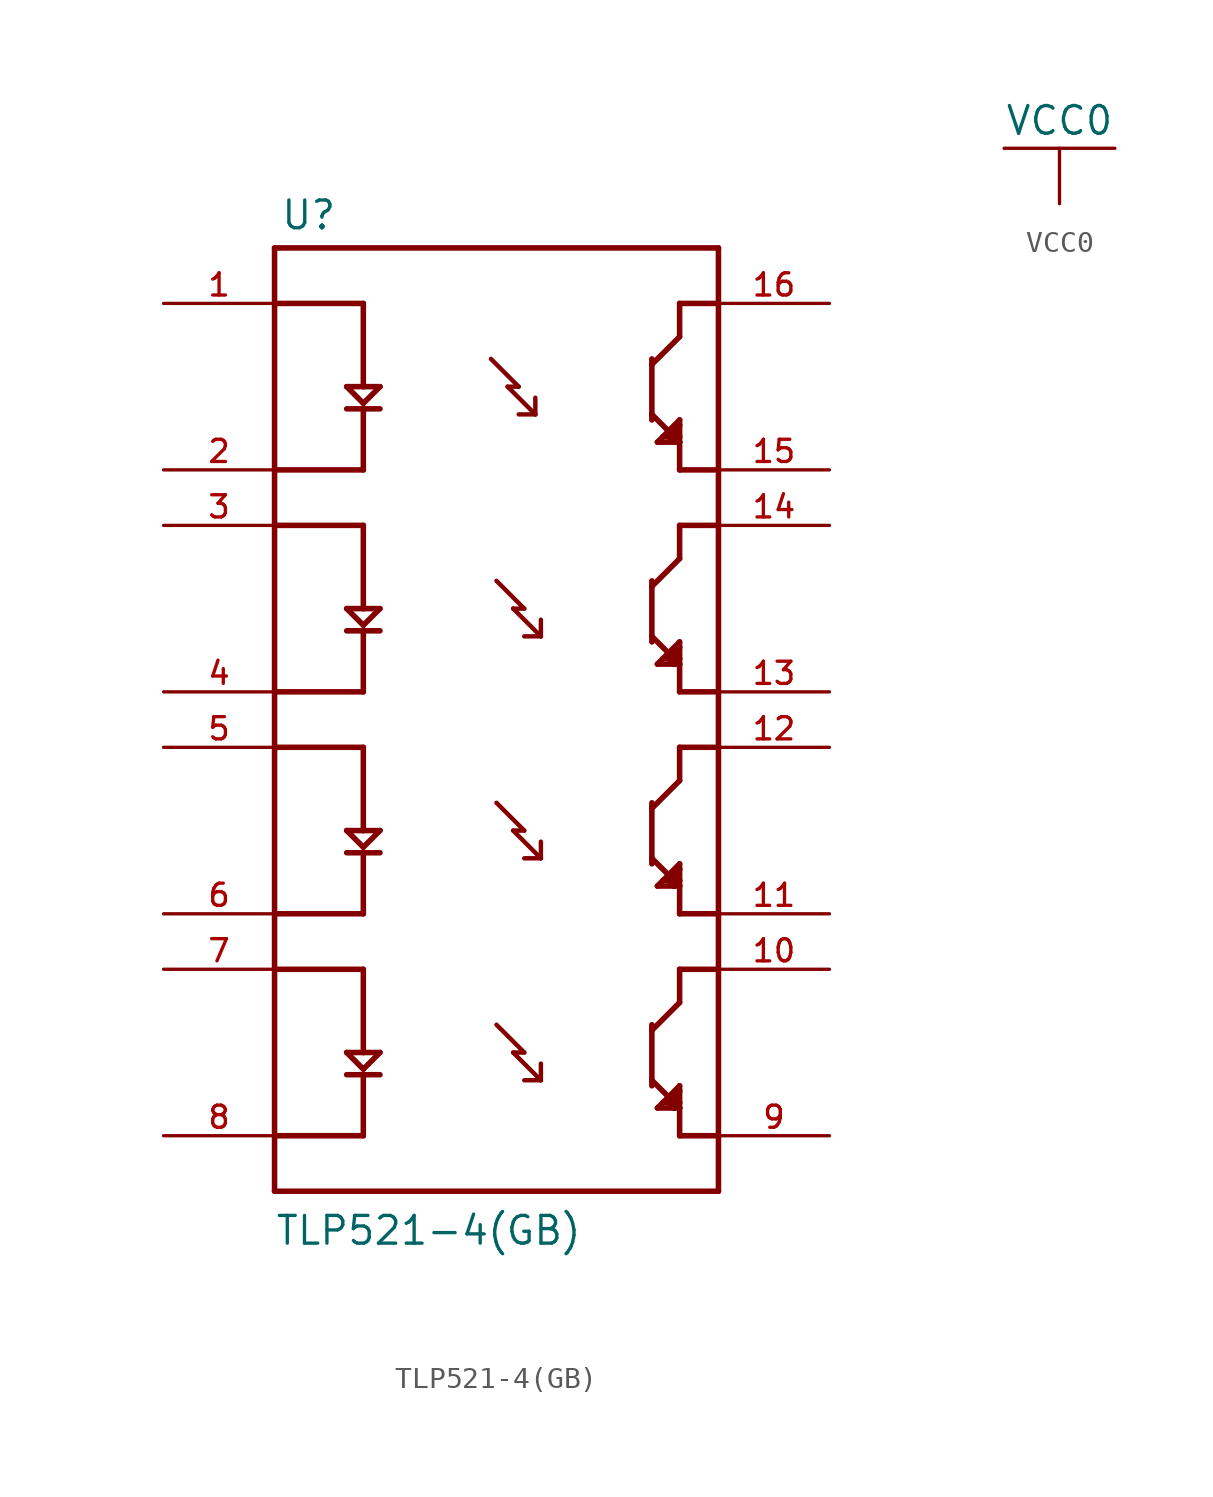
<source format=kicad_sym>
(kicad_symbol_lib
  (version 20211014)
  (generator kicad_symbol_editor)
  (symbol "TLP521-4(GB)"
    (pin_names
      (offset 1.016) hide)
    (property "Reference" "U"
      (at -9.906 21.082 0)
      (effects (font (size 1.27 1.27)) (justify left bottom)))
    (property "Value" "TLP521-4(GB)"
      (at -10.16 -25.4 0)
      (effects (font (size 1.27 1.27)) (justify left bottom)))
    (property "ki_locked" ""
      (at 0 0 0)
      (effects (font (size 1.27 1.27))))
    (symbol "TLP521-4(GB)_0_0"
      (polyline (pts (xy -10.16 -20.32) (xy -6.096 -20.32)) (stroke (width 0.254) (type default) (color 0 0 0 0)) (fill (type none)))
      (polyline (pts (xy -10.16 -12.7) (xy -6.096 -12.7)) (stroke (width 0.254) (type default) (color 0 0 0 0)) (fill (type none)))
      (polyline (pts (xy -10.16 -10.16) (xy -6.096 -10.16)) (stroke (width 0.254) (type default) (color 0 0 0 0)) (fill (type none)))
      (polyline (pts (xy -10.16 -2.54) (xy -6.096 -2.54)) (stroke (width 0.254) (type default) (color 0 0 0 0)) (fill (type none)))
      (polyline (pts (xy -10.16 0) (xy -6.096 0)) (stroke (width 0.254) (type default) (color 0 0 0 0)) (fill (type none)))
      (polyline (pts (xy -10.16 7.62) (xy -6.096 7.62)) (stroke (width 0.254) (type default) (color 0 0 0 0)) (fill (type none)))
      (polyline (pts (xy -10.16 10.16) (xy -6.096 10.16)) (stroke (width 0.254) (type default) (color 0 0 0 0)) (fill (type none)))
      (polyline (pts (xy -10.16 17.78) (xy -6.096 17.78)) (stroke (width 0.254) (type default) (color 0 0 0 0)) (fill (type none)))
      (polyline (pts (xy -10.16 20.32) (xy -10.16 -22.86)) (stroke (width 0.254) (type default) (color 0 0 0 0)) (fill (type none)))
      (polyline (pts (xy -6.096 -17.526) (xy -6.858 -17.526)) (stroke (width 0.254) (type default) (color 0 0 0 0)) (fill (type none)))
      (polyline (pts (xy -6.096 -17.526) (xy -6.096 -20.32)) (stroke (width 0.254) (type default) (color 0 0 0 0)) (fill (type none)))
      (polyline (pts (xy -6.096 -17.272) (xy -6.858 -16.51)) (stroke (width 0.254) (type default) (color 0 0 0 0)) (fill (type none)))
      (polyline (pts (xy -6.096 -16.51) (xy -6.858 -16.51)) (stroke (width 0.254) (type default) (color 0 0 0 0)) (fill (type none)))
      (polyline (pts (xy -6.096 -16.51) (xy -5.334 -16.51)) (stroke (width 0.254) (type default) (color 0 0 0 0)) (fill (type none)))
      (polyline (pts (xy -6.096 -12.7) (xy -6.096 -16.51)) (stroke (width 0.254) (type default) (color 0 0 0 0)) (fill (type none)))
      (polyline (pts (xy -6.096 -7.366) (xy -6.858 -7.366)) (stroke (width 0.254) (type default) (color 0 0 0 0)) (fill (type none)))
      (polyline (pts (xy -6.096 -7.366) (xy -6.096 -10.16)) (stroke (width 0.254) (type default) (color 0 0 0 0)) (fill (type none)))
      (polyline (pts (xy -6.096 -7.112) (xy -6.858 -6.35)) (stroke (width 0.254) (type default) (color 0 0 0 0)) (fill (type none)))
      (polyline (pts (xy -6.096 -6.35) (xy -6.858 -6.35)) (stroke (width 0.254) (type default) (color 0 0 0 0)) (fill (type none)))
      (polyline (pts (xy -6.096 -6.35) (xy -5.334 -6.35)) (stroke (width 0.254) (type default) (color 0 0 0 0)) (fill (type none)))
      (polyline (pts (xy -6.096 -2.54) (xy -6.096 -6.35)) (stroke (width 0.254) (type default) (color 0 0 0 0)) (fill (type none)))
      (polyline (pts (xy -6.096 2.794) (xy -6.858 2.794)) (stroke (width 0.254) (type default) (color 0 0 0 0)) (fill (type none)))
      (polyline (pts (xy -6.096 2.794) (xy -6.096 0)) (stroke (width 0.254) (type default) (color 0 0 0 0)) (fill (type none)))
      (polyline (pts (xy -6.096 3.048) (xy -6.858 3.81)) (stroke (width 0.254) (type default) (color 0 0 0 0)) (fill (type none)))
      (polyline (pts (xy -6.096 3.81) (xy -6.858 3.81)) (stroke (width 0.254) (type default) (color 0 0 0 0)) (fill (type none)))
      (polyline (pts (xy -6.096 3.81) (xy -5.334 3.81)) (stroke (width 0.254) (type default) (color 0 0 0 0)) (fill (type none)))
      (polyline (pts (xy -6.096 7.62) (xy -6.096 3.81)) (stroke (width 0.254) (type default) (color 0 0 0 0)) (fill (type none)))
      (polyline (pts (xy -6.096 12.954) (xy -6.858 12.954)) (stroke (width 0.254) (type default) (color 0 0 0 0)) (fill (type none)))
      (polyline (pts (xy -6.096 12.954) (xy -6.096 10.16)) (stroke (width 0.254) (type default) (color 0 0 0 0)) (fill (type none)))
      (polyline (pts (xy -6.096 13.208) (xy -6.858 13.97)) (stroke (width 0.254) (type default) (color 0 0 0 0)) (fill (type none)))
      (polyline (pts (xy -6.096 13.97) (xy -6.858 13.97)) (stroke (width 0.254) (type default) (color 0 0 0 0)) (fill (type none)))
      (polyline (pts (xy -6.096 13.97) (xy -5.334 13.97)) (stroke (width 0.254) (type default) (color 0 0 0 0)) (fill (type none)))
      (polyline (pts (xy -6.096 17.78) (xy -6.096 13.97)) (stroke (width 0.254) (type default) (color 0 0 0 0)) (fill (type none)))
      (polyline (pts (xy -5.334 -17.526) (xy -6.096 -17.526)) (stroke (width 0.254) (type default) (color 0 0 0 0)) (fill (type none)))
      (polyline (pts (xy -5.334 -16.51) (xy -6.096 -17.272)) (stroke (width 0.254) (type default) (color 0 0 0 0)) (fill (type none)))
      (polyline (pts (xy -5.334 -7.366) (xy -6.096 -7.366)) (stroke (width 0.254) (type default) (color 0 0 0 0)) (fill (type none)))
      (polyline (pts (xy -5.334 -6.35) (xy -6.096 -7.112)) (stroke (width 0.254) (type default) (color 0 0 0 0)) (fill (type none)))
      (polyline (pts (xy -5.334 2.794) (xy -6.096 2.794)) (stroke (width 0.254) (type default) (color 0 0 0 0)) (fill (type none)))
      (polyline (pts (xy -5.334 3.81) (xy -6.096 3.048)) (stroke (width 0.254) (type default) (color 0 0 0 0)) (fill (type none)))
      (polyline (pts (xy -5.334 12.954) (xy -6.096 12.954)) (stroke (width 0.254) (type default) (color 0 0 0 0)) (fill (type none)))
      (polyline (pts (xy -5.334 13.97) (xy -6.096 13.208)) (stroke (width 0.254) (type default) (color 0 0 0 0)) (fill (type none)))
      (polyline (pts (xy -0.254 15.24) (xy 1.016 13.97)) (stroke (width 0.203) (type default) (color 0 0 0 0)) (fill (type none)))
      (polyline (pts (xy 0 -15.24) (xy 1.27 -16.51)) (stroke (width 0.203) (type default) (color 0 0 0 0)) (fill (type none)))
      (polyline (pts (xy 0 -5.08) (xy 1.27 -6.35)) (stroke (width 0.203) (type default) (color 0 0 0 0)) (fill (type none)))
      (polyline (pts (xy 0 5.08) (xy 1.27 3.81)) (stroke (width 0.203) (type default) (color 0 0 0 0)) (fill (type none)))
      (polyline (pts (xy 0.508 13.97) (xy 1.778 12.7)) (stroke (width 0.203) (type default) (color 0 0 0 0)) (fill (type none)))
      (polyline (pts (xy 0.762 -16.51) (xy 2.032 -17.78)) (stroke (width 0.203) (type default) (color 0 0 0 0)) (fill (type none)))
      (polyline (pts (xy 0.762 -6.35) (xy 2.032 -7.62)) (stroke (width 0.203) (type default) (color 0 0 0 0)) (fill (type none)))
      (polyline (pts (xy 0.762 3.81) (xy 2.032 2.54)) (stroke (width 0.203) (type default) (color 0 0 0 0)) (fill (type none)))
      (polyline (pts (xy 1.016 13.97) (xy 0.508 13.97)) (stroke (width 0.203) (type default) (color 0 0 0 0)) (fill (type none)))
      (polyline (pts (xy 1.27 -16.51) (xy 0.762 -16.51)) (stroke (width 0.203) (type default) (color 0 0 0 0)) (fill (type none)))
      (polyline (pts (xy 1.27 -6.35) (xy 0.762 -6.35)) (stroke (width 0.203) (type default) (color 0 0 0 0)) (fill (type none)))
      (polyline (pts (xy 1.27 3.81) (xy 0.762 3.81)) (stroke (width 0.203) (type default) (color 0 0 0 0)) (fill (type none)))
      (polyline (pts (xy 1.778 12.7) (xy 1.016 12.7)) (stroke (width 0.203) (type default) (color 0 0 0 0)) (fill (type none)))
      (polyline (pts (xy 1.778 12.7) (xy 1.778 13.462)) (stroke (width 0.203) (type default) (color 0 0 0 0)) (fill (type none)))
      (polyline (pts (xy 2.032 -17.78) (xy 1.27 -17.78)) (stroke (width 0.203) (type default) (color 0 0 0 0)) (fill (type none)))
      (polyline (pts (xy 2.032 -17.78) (xy 2.032 -17.018)) (stroke (width 0.203) (type default) (color 0 0 0 0)) (fill (type none)))
      (polyline (pts (xy 2.032 -7.62) (xy 1.27 -7.62)) (stroke (width 0.203) (type default) (color 0 0 0 0)) (fill (type none)))
      (polyline (pts (xy 2.032 -7.62) (xy 2.032 -6.858)) (stroke (width 0.203) (type default) (color 0 0 0 0)) (fill (type none)))
      (polyline (pts (xy 2.032 2.54) (xy 1.27 2.54)) (stroke (width 0.203) (type default) (color 0 0 0 0)) (fill (type none)))
      (polyline (pts (xy 2.032 2.54) (xy 2.032 3.302)) (stroke (width 0.203) (type default) (color 0 0 0 0)) (fill (type none)))
      (polyline (pts (xy 7.112 -17.78) (xy 7.112 -18.034)) (stroke (width 0.254) (type default) (color 0 0 0 0)) (fill (type none)))
      (polyline (pts (xy 7.112 -17.78) (xy 8.382 -19.05)) (stroke (width 0.254) (type default) (color 0 0 0 0)) (fill (type none)))
      (polyline (pts (xy 7.112 -15.494) (xy 7.112 -17.78)) (stroke (width 0.254) (type default) (color 0 0 0 0)) (fill (type none)))
      (polyline (pts (xy 7.112 -15.494) (xy 7.112 -15.24)) (stroke (width 0.254) (type default) (color 0 0 0 0)) (fill (type none)))
      (polyline (pts (xy 7.112 -7.62) (xy 7.112 -7.874)) (stroke (width 0.254) (type default) (color 0 0 0 0)) (fill (type none)))
      (polyline (pts (xy 7.112 -7.62) (xy 8.382 -8.89)) (stroke (width 0.254) (type default) (color 0 0 0 0)) (fill (type none)))
      (polyline (pts (xy 7.112 -5.334) (xy 7.112 -7.62)) (stroke (width 0.254) (type default) (color 0 0 0 0)) (fill (type none)))
      (polyline (pts (xy 7.112 -5.334) (xy 7.112 -5.08)) (stroke (width 0.254) (type default) (color 0 0 0 0)) (fill (type none)))
      (polyline (pts (xy 7.112 2.54) (xy 7.112 2.286)) (stroke (width 0.254) (type default) (color 0 0 0 0)) (fill (type none)))
      (polyline (pts (xy 7.112 2.54) (xy 8.382 1.27)) (stroke (width 0.254) (type default) (color 0 0 0 0)) (fill (type none)))
      (polyline (pts (xy 7.112 4.826) (xy 7.112 2.54)) (stroke (width 0.254) (type default) (color 0 0 0 0)) (fill (type none)))
      (polyline (pts (xy 7.112 4.826) (xy 7.112 5.08)) (stroke (width 0.254) (type default) (color 0 0 0 0)) (fill (type none)))
      (polyline (pts (xy 7.112 12.7) (xy 7.112 12.446)) (stroke (width 0.254) (type default) (color 0 0 0 0)) (fill (type none)))
      (polyline (pts (xy 7.112 12.7) (xy 8.382 11.43)) (stroke (width 0.254) (type default) (color 0 0 0 0)) (fill (type none)))
      (polyline (pts (xy 7.112 14.986) (xy 7.112 12.7)) (stroke (width 0.254) (type default) (color 0 0 0 0)) (fill (type none)))
      (polyline (pts (xy 7.112 14.986) (xy 7.112 15.24)) (stroke (width 0.254) (type default) (color 0 0 0 0)) (fill (type none)))
      (polyline (pts (xy 7.366 -19.05) (xy 8.128 -19.05)) (stroke (width 0.254) (type default) (color 0 0 0 0)) (fill (type none)))
      (polyline (pts (xy 7.366 -8.89) (xy 8.128 -8.89)) (stroke (width 0.254) (type default) (color 0 0 0 0)) (fill (type none)))
      (polyline (pts (xy 7.366 1.27) (xy 8.128 1.27)) (stroke (width 0.254) (type default) (color 0 0 0 0)) (fill (type none)))
      (polyline (pts (xy 7.366 11.43) (xy 8.128 11.43)) (stroke (width 0.254) (type default) (color 0 0 0 0)) (fill (type none)))
      (polyline (pts (xy 7.62 -18.796) (xy 7.366 -19.05)) (stroke (width 0.254) (type default) (color 0 0 0 0)) (fill (type none)))
      (polyline (pts (xy 7.62 -18.796) (xy 7.874 -18.796)) (stroke (width 0.254) (type default) (color 0 0 0 0)) (fill (type none)))
      (polyline (pts (xy 7.62 -8.636) (xy 7.366 -8.89)) (stroke (width 0.254) (type default) (color 0 0 0 0)) (fill (type none)))
      (polyline (pts (xy 7.62 -8.636) (xy 7.874 -8.636)) (stroke (width 0.254) (type default) (color 0 0 0 0)) (fill (type none)))
      (polyline (pts (xy 7.62 1.524) (xy 7.366 1.27)) (stroke (width 0.254) (type default) (color 0 0 0 0)) (fill (type none)))
      (polyline (pts (xy 7.62 1.524) (xy 7.874 1.524)) (stroke (width 0.254) (type default) (color 0 0 0 0)) (fill (type none)))
      (polyline (pts (xy 7.62 11.684) (xy 7.366 11.43)) (stroke (width 0.254) (type default) (color 0 0 0 0)) (fill (type none)))
      (polyline (pts (xy 7.62 11.684) (xy 7.874 11.684)) (stroke (width 0.254) (type default) (color 0 0 0 0)) (fill (type none)))
      (polyline (pts (xy 7.874 -18.796) (xy 8.128 -19.05)) (stroke (width 0.254) (type default) (color 0 0 0 0)) (fill (type none)))
      (polyline (pts (xy 7.874 -8.636) (xy 8.128 -8.89)) (stroke (width 0.254) (type default) (color 0 0 0 0)) (fill (type none)))
      (polyline (pts (xy 7.874 1.524) (xy 8.128 1.27)) (stroke (width 0.254) (type default) (color 0 0 0 0)) (fill (type none)))
      (polyline (pts (xy 7.874 11.684) (xy 8.128 11.43)) (stroke (width 0.254) (type default) (color 0 0 0 0)) (fill (type none)))
      (polyline (pts (xy 8.128 -19.05) (xy 8.128 -18.542)) (stroke (width 0.254) (type default) (color 0 0 0 0)) (fill (type none)))
      (polyline (pts (xy 8.128 -19.05) (xy 8.382 -19.05)) (stroke (width 0.254) (type default) (color 0 0 0 0)) (fill (type none)))
      (polyline (pts (xy 8.128 -18.542) (xy 7.874 -18.796)) (stroke (width 0.254) (type default) (color 0 0 0 0)) (fill (type none)))
      (polyline (pts (xy 8.128 -18.542) (xy 8.382 -18.288)) (stroke (width 0.254) (type default) (color 0 0 0 0)) (fill (type none)))
      (polyline (pts (xy 8.128 -8.89) (xy 8.128 -8.382)) (stroke (width 0.254) (type default) (color 0 0 0 0)) (fill (type none)))
      (polyline (pts (xy 8.128 -8.89) (xy 8.382 -8.89)) (stroke (width 0.254) (type default) (color 0 0 0 0)) (fill (type none)))
      (polyline (pts (xy 8.128 -8.382) (xy 7.874 -8.636)) (stroke (width 0.254) (type default) (color 0 0 0 0)) (fill (type none)))
      (polyline (pts (xy 8.128 -8.382) (xy 8.382 -8.128)) (stroke (width 0.254) (type default) (color 0 0 0 0)) (fill (type none)))
      (polyline (pts (xy 8.128 1.27) (xy 8.128 1.778)) (stroke (width 0.254) (type default) (color 0 0 0 0)) (fill (type none)))
      (polyline (pts (xy 8.128 1.27) (xy 8.382 1.27)) (stroke (width 0.254) (type default) (color 0 0 0 0)) (fill (type none)))
      (polyline (pts (xy 8.128 1.778) (xy 7.874 1.524)) (stroke (width 0.254) (type default) (color 0 0 0 0)) (fill (type none)))
      (polyline (pts (xy 8.128 1.778) (xy 8.382 2.032)) (stroke (width 0.254) (type default) (color 0 0 0 0)) (fill (type none)))
      (polyline (pts (xy 8.128 11.43) (xy 8.128 11.938)) (stroke (width 0.254) (type default) (color 0 0 0 0)) (fill (type none)))
      (polyline (pts (xy 8.128 11.43) (xy 8.382 11.43)) (stroke (width 0.254) (type default) (color 0 0 0 0)) (fill (type none)))
      (polyline (pts (xy 8.128 11.938) (xy 7.874 11.684)) (stroke (width 0.254) (type default) (color 0 0 0 0)) (fill (type none)))
      (polyline (pts (xy 8.128 11.938) (xy 8.382 12.192)) (stroke (width 0.254) (type default) (color 0 0 0 0)) (fill (type none)))
      (polyline (pts (xy 8.382 -20.32) (xy 10.16 -20.32)) (stroke (width 0.254) (type default) (color 0 0 0 0)) (fill (type none)))
      (polyline (pts (xy 8.382 -19.05) (xy 8.382 -20.32)) (stroke (width 0.254) (type default) (color 0 0 0 0)) (fill (type none)))
      (polyline (pts (xy 8.382 -19.05) (xy 8.382 -18.796)) (stroke (width 0.254) (type default) (color 0 0 0 0)) (fill (type none)))
      (polyline (pts (xy 8.382 -18.796) (xy 8.128 -18.542)) (stroke (width 0.254) (type default) (color 0 0 0 0)) (fill (type none)))
      (polyline (pts (xy 8.382 -18.796) (xy 8.382 -18.288)) (stroke (width 0.254) (type default) (color 0 0 0 0)) (fill (type none)))
      (polyline (pts (xy 8.382 -18.288) (xy 8.382 -18.034)) (stroke (width 0.254) (type default) (color 0 0 0 0)) (fill (type none)))
      (polyline (pts (xy 8.382 -18.034) (xy 7.62 -18.796)) (stroke (width 0.254) (type default) (color 0 0 0 0)) (fill (type none)))
      (polyline (pts (xy 8.382 -14.224) (xy 7.112 -15.494)) (stroke (width 0.254) (type default) (color 0 0 0 0)) (fill (type none)))
      (polyline (pts (xy 8.382 -12.7) (xy 8.382 -14.224)) (stroke (width 0.254) (type default) (color 0 0 0 0)) (fill (type none)))
      (polyline (pts (xy 8.382 -10.16) (xy 10.16 -10.16)) (stroke (width 0.254) (type default) (color 0 0 0 0)) (fill (type none)))
      (polyline (pts (xy 8.382 -8.89) (xy 8.382 -10.16)) (stroke (width 0.254) (type default) (color 0 0 0 0)) (fill (type none)))
      (polyline (pts (xy 8.382 -8.89) (xy 8.382 -8.636)) (stroke (width 0.254) (type default) (color 0 0 0 0)) (fill (type none)))
      (polyline (pts (xy 8.382 -8.636) (xy 8.128 -8.382)) (stroke (width 0.254) (type default) (color 0 0 0 0)) (fill (type none)))
      (polyline (pts (xy 8.382 -8.636) (xy 8.382 -8.128)) (stroke (width 0.254) (type default) (color 0 0 0 0)) (fill (type none)))
      (polyline (pts (xy 8.382 -8.128) (xy 8.382 -7.874)) (stroke (width 0.254) (type default) (color 0 0 0 0)) (fill (type none)))
      (polyline (pts (xy 8.382 -7.874) (xy 7.62 -8.636)) (stroke (width 0.254) (type default) (color 0 0 0 0)) (fill (type none)))
      (polyline (pts (xy 8.382 -4.064) (xy 7.112 -5.334)) (stroke (width 0.254) (type default) (color 0 0 0 0)) (fill (type none)))
      (polyline (pts (xy 8.382 -2.54) (xy 8.382 -4.064)) (stroke (width 0.254) (type default) (color 0 0 0 0)) (fill (type none)))
      (polyline (pts (xy 8.382 0) (xy 10.16 0)) (stroke (width 0.254) (type default) (color 0 0 0 0)) (fill (type none)))
      (polyline (pts (xy 8.382 1.27) (xy 8.382 0)) (stroke (width 0.254) (type default) (color 0 0 0 0)) (fill (type none)))
      (polyline (pts (xy 8.382 1.27) (xy 8.382 1.524)) (stroke (width 0.254) (type default) (color 0 0 0 0)) (fill (type none)))
      (polyline (pts (xy 8.382 1.524) (xy 8.128 1.778)) (stroke (width 0.254) (type default) (color 0 0 0 0)) (fill (type none)))
      (polyline (pts (xy 8.382 1.524) (xy 8.382 2.032)) (stroke (width 0.254) (type default) (color 0 0 0 0)) (fill (type none)))
      (polyline (pts (xy 8.382 2.032) (xy 8.382 2.286)) (stroke (width 0.254) (type default) (color 0 0 0 0)) (fill (type none)))
      (polyline (pts (xy 8.382 2.286) (xy 7.62 1.524)) (stroke (width 0.254) (type default) (color 0 0 0 0)) (fill (type none)))
      (polyline (pts (xy 8.382 6.096) (xy 7.112 4.826)) (stroke (width 0.254) (type default) (color 0 0 0 0)) (fill (type none)))
      (polyline (pts (xy 8.382 7.62) (xy 8.382 6.096)) (stroke (width 0.254) (type default) (color 0 0 0 0)) (fill (type none)))
      (polyline (pts (xy 8.382 10.16) (xy 10.16 10.16)) (stroke (width 0.254) (type default) (color 0 0 0 0)) (fill (type none)))
      (polyline (pts (xy 8.382 11.43) (xy 8.382 10.16)) (stroke (width 0.254) (type default) (color 0 0 0 0)) (fill (type none)))
      (polyline (pts (xy 8.382 11.43) (xy 8.382 11.684)) (stroke (width 0.254) (type default) (color 0 0 0 0)) (fill (type none)))
      (polyline (pts (xy 8.382 11.684) (xy 8.128 11.938)) (stroke (width 0.254) (type default) (color 0 0 0 0)) (fill (type none)))
      (polyline (pts (xy 8.382 11.684) (xy 8.382 12.192)) (stroke (width 0.254) (type default) (color 0 0 0 0)) (fill (type none)))
      (polyline (pts (xy 8.382 12.192) (xy 8.382 12.446)) (stroke (width 0.254) (type default) (color 0 0 0 0)) (fill (type none)))
      (polyline (pts (xy 8.382 12.446) (xy 7.62 11.684)) (stroke (width 0.254) (type default) (color 0 0 0 0)) (fill (type none)))
      (polyline (pts (xy 8.382 16.256) (xy 7.112 14.986)) (stroke (width 0.254) (type default) (color 0 0 0 0)) (fill (type none)))
      (polyline (pts (xy 8.382 17.78) (xy 8.382 16.256)) (stroke (width 0.254) (type default) (color 0 0 0 0)) (fill (type none)))
      (polyline (pts (xy 10.16 -22.86) (xy -10.16 -22.86)) (stroke (width 0.254) (type default) (color 0 0 0 0)) (fill (type none)))
      (polyline (pts (xy 10.16 -12.7) (xy 8.382 -12.7)) (stroke (width 0.254) (type default) (color 0 0 0 0)) (fill (type none)))
      (polyline (pts (xy 10.16 -2.54) (xy 8.382 -2.54)) (stroke (width 0.254) (type default) (color 0 0 0 0)) (fill (type none)))
      (polyline (pts (xy 10.16 7.62) (xy 8.382 7.62)) (stroke (width 0.254) (type default) (color 0 0 0 0)) (fill (type none)))
      (polyline (pts (xy 10.16 10.16) (xy 10.16 -22.86)) (stroke (width 0.254) (type default) (color 0 0 0 0)) (fill (type none)))
      (polyline (pts (xy 10.16 10.16) (xy 10.16 17.78)) (stroke (width 0.254) (type default) (color 0 0 0 0)) (fill (type none)))
      (polyline (pts (xy 10.16 17.78) (xy 8.382 17.78)) (stroke (width 0.254) (type default) (color 0 0 0 0)) (fill (type none)))
      (polyline (pts (xy 10.16 17.78) (xy 10.16 20.32)) (stroke (width 0.254) (type default) (color 0 0 0 0)) (fill (type none)))
      (polyline (pts (xy 10.16 20.32) (xy -10.16 20.32)) (stroke (width 0.254) (type default) (color 0 0 0 0)) (fill (type none)))
      (pin passive line (at -15.24 17.78 0) (length 5.08) (name "~" (effects (font (size 1.016 1.016)))) (number "1" (effects (font (size 1.016 1.016)))))
      (pin passive line (at 15.24 -12.7 180) (length 5.08) (name "~" (effects (font (size 1.016 1.016)))) (number "10" (effects (font (size 1.016 1.016)))))
      (pin passive line (at 15.24 -10.16 180) (length 5.08) (name "~" (effects (font (size 1.016 1.016)))) (number "11" (effects (font (size 1.016 1.016)))))
      (pin passive line (at 15.24 -2.54 180) (length 5.08) (name "~" (effects (font (size 1.016 1.016)))) (number "12" (effects (font (size 1.016 1.016)))))
      (pin passive line (at 15.24 0 180) (length 5.08) (name "~" (effects (font (size 1.016 1.016)))) (number "13" (effects (font (size 1.016 1.016)))))
      (pin passive line (at 15.24 7.62 180) (length 5.08) (name "~" (effects (font (size 1.016 1.016)))) (number "14" (effects (font (size 1.016 1.016)))))
      (pin passive line (at 15.24 10.16 180) (length 5.08) (name "~" (effects (font (size 1.016 1.016)))) (number "15" (effects (font (size 1.016 1.016)))))
      (pin passive line (at 15.24 17.78 180) (length 5.08) (name "~" (effects (font (size 1.016 1.016)))) (number "16" (effects (font (size 1.016 1.016)))))
      (pin passive line (at -15.24 10.16 0) (length 5.08) (name "~" (effects (font (size 1.016 1.016)))) (number "2" (effects (font (size 1.016 1.016)))))
      (pin passive line (at -15.24 7.62 0) (length 5.08) (name "~" (effects (font (size 1.016 1.016)))) (number "3" (effects (font (size 1.016 1.016)))))
      (pin passive line (at -15.24 0 0) (length 5.08) (name "~" (effects (font (size 1.016 1.016)))) (number "4" (effects (font (size 1.016 1.016)))))
      (pin passive line (at -15.24 -2.54 0) (length 5.08) (name "~" (effects (font (size 1.016 1.016)))) (number "5" (effects (font (size 1.016 1.016)))))
      (pin passive line (at -15.24 -10.16 0) (length 5.08) (name "~" (effects (font (size 1.016 1.016)))) (number "6" (effects (font (size 1.016 1.016)))))
      (pin passive line (at -15.24 -12.7 0) (length 5.08) (name "~" (effects (font (size 1.016 1.016)))) (number "7" (effects (font (size 1.016 1.016)))))
      (pin passive line (at -15.24 -20.32 0) (length 5.08) (name "~" (effects (font (size 1.016 1.016)))) (number "8" (effects (font (size 1.016 1.016)))))
      (pin passive line (at 15.24 -20.32 180) (length 5.08) (name "~" (effects (font (size 1.016 1.016)))) (number "9" (effects (font (size 1.016 1.016)))))))
  (symbol "VCC0"
    (power)
    (property "Reference" "#PWR"
      (at 0 -1.27 0)
      (effects (font (size 1.27 1.27)) hide))
    (property "Value" "VCC0"
      (at 0 3.81 0)
      (effects (font (size 1.27 1.27))))
    (symbol "VCC0_0_1"
      (polyline (pts (xy -2.54 2.54) (xy 2.54 2.54) (xy 1.27 2.54)) (stroke (width 0) (type default) (color 0 0 0 0)) (fill (type none))))
    (symbol "VCC0_1_1"
      (pin power_in line (at 0 0 90) (length 2.54) (name "" (effects (font (size 1.27 1.27)))) (number "" (effects (font (size 1.27 1.27))))))))
</source>
